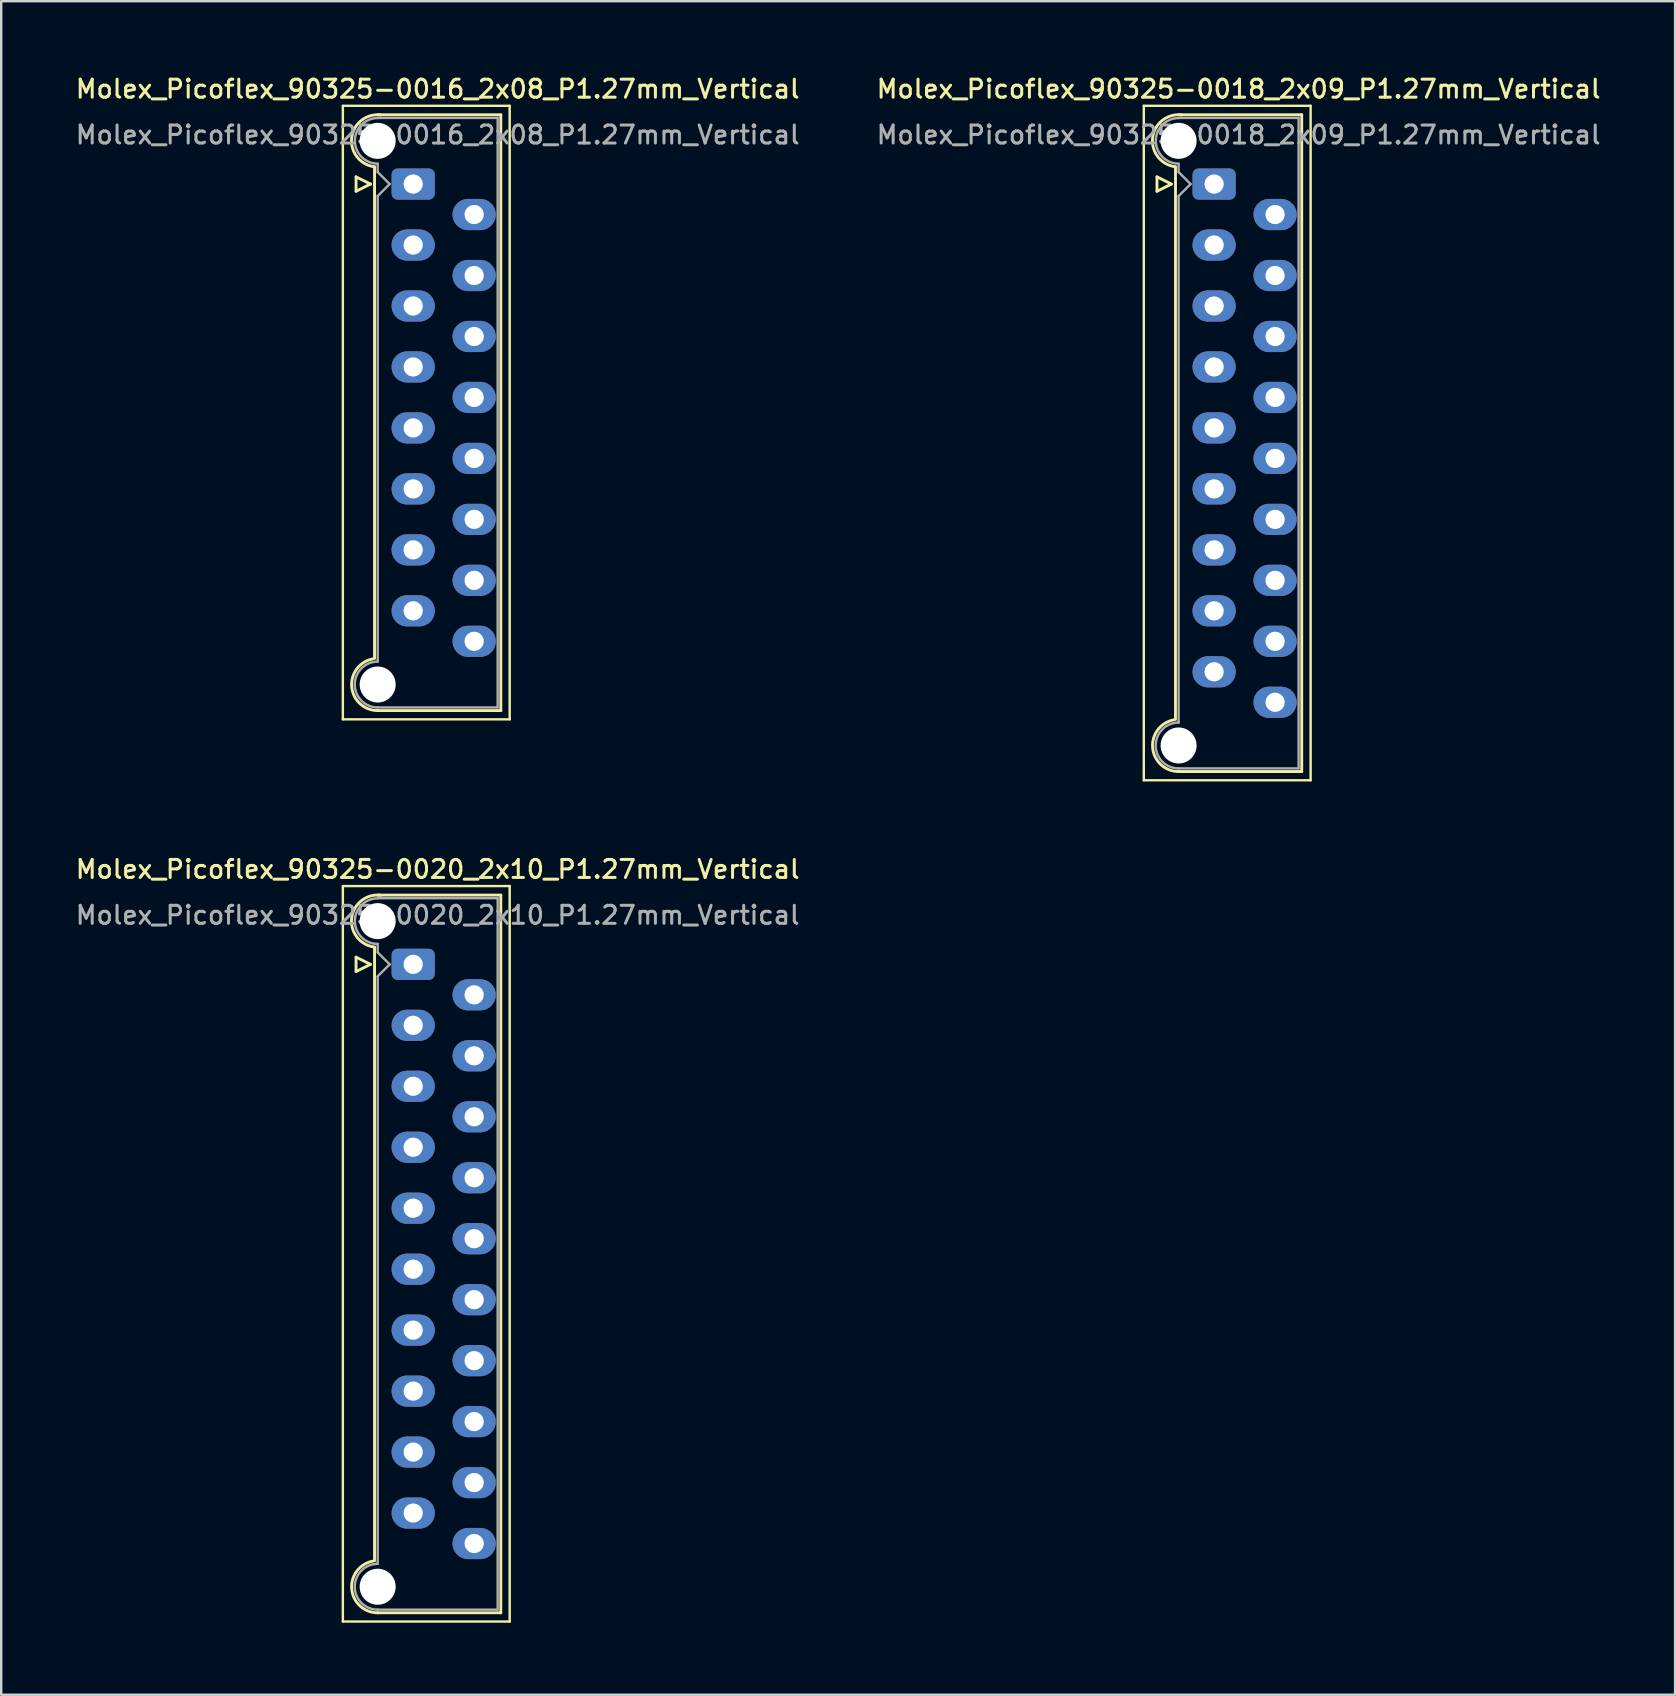
<source format=kicad_pcb>
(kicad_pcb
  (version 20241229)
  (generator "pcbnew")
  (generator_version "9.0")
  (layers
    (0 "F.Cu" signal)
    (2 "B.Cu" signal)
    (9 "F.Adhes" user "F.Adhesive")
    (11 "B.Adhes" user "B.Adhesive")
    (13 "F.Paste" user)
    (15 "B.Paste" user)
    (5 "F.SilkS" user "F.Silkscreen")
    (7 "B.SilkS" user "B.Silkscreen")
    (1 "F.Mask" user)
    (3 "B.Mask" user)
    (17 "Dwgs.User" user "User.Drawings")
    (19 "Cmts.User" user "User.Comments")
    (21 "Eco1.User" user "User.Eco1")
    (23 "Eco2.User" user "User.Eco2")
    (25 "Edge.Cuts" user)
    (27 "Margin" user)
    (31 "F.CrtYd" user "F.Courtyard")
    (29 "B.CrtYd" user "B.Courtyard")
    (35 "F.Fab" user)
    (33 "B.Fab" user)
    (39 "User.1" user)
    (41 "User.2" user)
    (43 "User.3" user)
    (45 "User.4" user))
  (footprint "Molex_Picoflex_90325-0018_2x09_P1.27mm_Vertical"
    (layer "F.Cu")
    (at 47.532 4.618)
    (property "Reference" "Molex_Picoflex_90325-0018_2x09_P1.27mm_Vertical" (at 1.02 -3.96 0) (layer "F.SilkS") (effects (font (size 0.75 0.75) (thickness 0.125))))
    (attr through_hole)
    (fp_line (start -2.93 -3.26) (end -2.93 24.84) (stroke (width 0.1) (type solid)) (layer "F.SilkS"))
    (fp_line (start -2.93 24.84) (end 4.02 24.84) (stroke (width 0.1) (type solid)) (layer "F.SilkS"))
    (fp_line (start -2.38 -0.3) (end -2.38 0.3) (stroke (width 0.12) (type solid)) (layer "F.SilkS"))
    (fp_line (start -2.38 0.3) (end -1.78 0) (stroke (width 0.12) (type solid)) (layer "F.SilkS"))
    (fp_line (start -1.78 0) (end -2.38 -0.3) (stroke (width 0.12) (type solid)) (layer "F.SilkS"))
    (fp_line (start -1.61 -0.715) (end -1.61 22.305) (stroke (width 0.12) (type solid)) (layer "F.SilkS"))
    (fp_line (start -1.48 -2.885) (end 3.65 -2.885) (stroke (width 0.12) (type solid)) (layer "F.SilkS"))
    (fp_line (start 3.65 -2.885) (end 3.65 24.475) (stroke (width 0.12) (type solid)) (layer "F.SilkS"))
    (fp_line (start 3.65 24.475) (end -1.48 24.475) (stroke (width 0.12) (type solid)) (layer "F.SilkS"))
    (fp_line (start 4.02 -3.26) (end -2.93 -3.26) (stroke (width 0.1) (type solid)) (layer "F.SilkS"))
    (fp_line (start 4.02 24.84) (end 4.02 -3.26) (stroke (width 0.1) (type solid)) (layer "F.SilkS"))
    (fp_arc (start -1.61 -0.72) (mid -2.56 -1.93) (end -1.35 -2.88) (stroke (width 0.12) (type solid)) (layer "F.SilkS"))
    (fp_arc (start -1.47 24.475) (mid -2.56 23.494526) (end -1.678256 22.32322) (stroke (width 0.12) (type solid)) (layer "F.SilkS"))
    (fp_line (start -1.48 -2.755) (end 3.52 -2.755) (stroke (width 0.1) (type solid)) (layer "F.Fab"))
    (fp_line (start -1.48 -0.845) (end -1.48 -0.5) (stroke (width 0.1) (type solid)) (layer "F.Fab"))
    (fp_line (start -1.48 -0.5) (end -0.98 0) (stroke (width 0.1) (type solid)) (layer "F.Fab"))
    (fp_line (start -1.48 0.5) (end -1.48 22.435) (stroke (width 0.1) (type solid)) (layer "F.Fab"))
    (fp_line (start -0.98 0) (end -1.48 0.5) (stroke (width 0.1) (type solid)) (layer "F.Fab"))
    (fp_line (start 3.52 -2.755) (end 3.52 24.345) (stroke (width 0.1) (type solid)) (layer "F.Fab"))
    (fp_line (start 3.52 24.345) (end -1.48 24.345) (stroke (width 0.1) (type solid)) (layer "F.Fab"))
    (fp_arc (start -1.48 -0.85) (mid -2.43 -1.8) (end -1.48 -2.75) (stroke (width 0.1) (type solid)) (layer "F.Fab"))
    (fp_arc (start -1.48 24.345) (mid -2.435 23.39) (end -1.48 22.435) (stroke (width 0.1) (type solid)) (layer "F.Fab"))
    (fp_text user "${REFERENCE}" (at 1.02 -2.05 0) (layer "F.Fab") (effects (font (size 0.75 0.75) (thickness 0.125))))
    (pad "" np_thru_hole circle (at -1.48 -1.8) (size 1.5 1.5) (drill 1.5) (layers "*.Cu" "*.Mask"))
    (pad "" np_thru_hole circle (at -1.48 23.39) (size 1.5 1.5) (drill 1.5) (layers "*.Cu" "*.Mask"))
    (pad "1" thru_hole roundrect (at 0 0) (size 1.8 1.3) (drill 0.8) (layers "*.Cu" "*.Mask") (roundrect_rratio 0.192))
    (pad "2" thru_hole oval (at 2.54 1.27) (size 1.8 1.3) (drill 0.8) (layers "*.Cu" "*.Mask"))
    (pad "3" thru_hole oval (at 0 2.54) (size 1.8 1.3) (drill 0.8) (layers "*.Cu" "*.Mask"))
    (pad "4" thru_hole oval (at 2.54 3.81) (size 1.8 1.3) (drill 0.8) (layers "*.Cu" "*.Mask"))
    (pad "5" thru_hole oval (at 0 5.08) (size 1.8 1.3) (drill 0.8) (layers "*.Cu" "*.Mask"))
    (pad "6" thru_hole oval (at 2.54 6.35) (size 1.8 1.3) (drill 0.8) (layers "*.Cu" "*.Mask"))
    (pad "7" thru_hole oval (at 0 7.62) (size 1.8 1.3) (drill 0.8) (layers "*.Cu" "*.Mask"))
    (pad "8" thru_hole oval (at 2.54 8.89) (size 1.8 1.3) (drill 0.8) (layers "*.Cu" "*.Mask"))
    (pad "9" thru_hole oval (at 0 10.16) (size 1.8 1.3) (drill 0.8) (layers "*.Cu" "*.Mask"))
    (pad "10" thru_hole oval (at 2.54 11.43) (size 1.8 1.3) (drill 0.8) (layers "*.Cu" "*.Mask"))
    (pad "11" thru_hole oval (at 0 12.7) (size 1.8 1.3) (drill 0.8) (layers "*.Cu" "*.Mask"))
    (pad "12" thru_hole oval (at 2.54 13.97) (size 1.8 1.3) (drill 0.8) (layers "*.Cu" "*.Mask"))
    (pad "13" thru_hole oval (at 0 15.24) (size 1.8 1.3) (drill 0.8) (layers "*.Cu" "*.Mask"))
    (pad "14" thru_hole oval (at 2.54 16.51) (size 1.8 1.3) (drill 0.8) (layers "*.Cu" "*.Mask"))
    (pad "15" thru_hole oval (at 0 17.78) (size 1.8 1.3) (drill 0.8) (layers "*.Cu" "*.Mask"))
    (pad "16" thru_hole oval (at 2.54 19.05) (size 1.8 1.3) (drill 0.8) (layers "*.Cu" "*.Mask"))
    (pad "17" thru_hole oval (at 0 20.32) (size 1.8 1.3) (drill 0.8) (layers "*.Cu" "*.Mask"))
    (pad "18" thru_hole oval (at 2.54 21.59) (size 1.8 1.3) (drill 0.8) (layers "*.Cu" "*.Mask")))
  (footprint "Molex_Picoflex_90325-0016_2x08_P1.27mm_Vertical"
    (layer "F.Cu")
    (at 14.164 4.618)
    (property "Reference" "Molex_Picoflex_90325-0016_2x08_P1.27mm_Vertical" (at 1.02 -3.96 0) (layer "F.SilkS") (effects (font (size 0.75 0.75) (thickness 0.125))))
    (attr through_hole)
    (fp_line (start -2.93 -3.26) (end -2.93 22.3) (stroke (width 0.1) (type solid)) (layer "F.SilkS"))
    (fp_line (start -2.93 22.3) (end 4.02 22.3) (stroke (width 0.1) (type solid)) (layer "F.SilkS"))
    (fp_line (start -2.38 -0.3) (end -2.38 0.3) (stroke (width 0.12) (type solid)) (layer "F.SilkS"))
    (fp_line (start -2.38 0.3) (end -1.78 0) (stroke (width 0.12) (type solid)) (layer "F.SilkS"))
    (fp_line (start -1.78 0) (end -2.38 -0.3) (stroke (width 0.12) (type solid)) (layer "F.SilkS"))
    (fp_line (start -1.61 -0.715) (end -1.61 19.765) (stroke (width 0.12) (type solid)) (layer "F.SilkS"))
    (fp_line (start -1.48 -2.885) (end 3.65 -2.885) (stroke (width 0.12) (type solid)) (layer "F.SilkS"))
    (fp_line (start 3.65 -2.885) (end 3.65 21.935) (stroke (width 0.12) (type solid)) (layer "F.SilkS"))
    (fp_line (start 3.65 21.935) (end -1.48 21.935) (stroke (width 0.12) (type solid)) (layer "F.SilkS"))
    (fp_line (start 4.02 -3.26) (end -2.93 -3.26) (stroke (width 0.1) (type solid)) (layer "F.SilkS"))
    (fp_line (start 4.02 22.3) (end 4.02 -3.26) (stroke (width 0.1) (type solid)) (layer "F.SilkS"))
    (fp_arc (start -1.61 -0.72) (mid -2.56 -1.93) (end -1.35 -2.88) (stroke (width 0.12) (type solid)) (layer "F.SilkS"))
    (fp_arc (start -1.47 21.935) (mid -2.56 20.954526) (end -1.678256 19.78322) (stroke (width 0.12) (type solid)) (layer "F.SilkS"))
    (fp_line (start -1.48 -2.755) (end 3.52 -2.755) (stroke (width 0.1) (type solid)) (layer "F.Fab"))
    (fp_line (start -1.48 -0.845) (end -1.48 -0.5) (stroke (width 0.1) (type solid)) (layer "F.Fab"))
    (fp_line (start -1.48 -0.5) (end -0.98 0) (stroke (width 0.1) (type solid)) (layer "F.Fab"))
    (fp_line (start -1.48 0.5) (end -1.48 19.895) (stroke (width 0.1) (type solid)) (layer "F.Fab"))
    (fp_line (start -0.98 0) (end -1.48 0.5) (stroke (width 0.1) (type solid)) (layer "F.Fab"))
    (fp_line (start 3.52 -2.755) (end 3.52 21.805) (stroke (width 0.1) (type solid)) (layer "F.Fab"))
    (fp_line (start 3.52 21.805) (end -1.48 21.805) (stroke (width 0.1) (type solid)) (layer "F.Fab"))
    (fp_arc (start -1.48 -0.85) (mid -2.43 -1.8) (end -1.48 -2.75) (stroke (width 0.1) (type solid)) (layer "F.Fab"))
    (fp_arc (start -1.48 21.805) (mid -2.435 20.85) (end -1.48 19.895) (stroke (width 0.1) (type solid)) (layer "F.Fab"))
    (fp_text user "${REFERENCE}" (at 1.02 -2.05 0) (layer "F.Fab") (effects (font (size 0.75 0.75) (thickness 0.125))))
    (pad "" np_thru_hole circle (at -1.48 -1.8) (size 1.5 1.5) (drill 1.5) (layers "*.Cu" "*.Mask"))
    (pad "" np_thru_hole circle (at -1.48 20.85) (size 1.5 1.5) (drill 1.5) (layers "*.Cu" "*.Mask"))
    (pad "1" thru_hole roundrect (at 0 0) (size 1.8 1.3) (drill 0.8) (layers "*.Cu" "*.Mask") (roundrect_rratio 0.192))
    (pad "2" thru_hole oval (at 2.54 1.27) (size 1.8 1.3) (drill 0.8) (layers "*.Cu" "*.Mask"))
    (pad "3" thru_hole oval (at 0 2.54) (size 1.8 1.3) (drill 0.8) (layers "*.Cu" "*.Mask"))
    (pad "4" thru_hole oval (at 2.54 3.81) (size 1.8 1.3) (drill 0.8) (layers "*.Cu" "*.Mask"))
    (pad "5" thru_hole oval (at 0 5.08) (size 1.8 1.3) (drill 0.8) (layers "*.Cu" "*.Mask"))
    (pad "6" thru_hole oval (at 2.54 6.35) (size 1.8 1.3) (drill 0.8) (layers "*.Cu" "*.Mask"))
    (pad "7" thru_hole oval (at 0 7.62) (size 1.8 1.3) (drill 0.8) (layers "*.Cu" "*.Mask"))
    (pad "8" thru_hole oval (at 2.54 8.89) (size 1.8 1.3) (drill 0.8) (layers "*.Cu" "*.Mask"))
    (pad "9" thru_hole oval (at 0 10.16) (size 1.8 1.3) (drill 0.8) (layers "*.Cu" "*.Mask"))
    (pad "10" thru_hole oval (at 2.54 11.43) (size 1.8 1.3) (drill 0.8) (layers "*.Cu" "*.Mask"))
    (pad "11" thru_hole oval (at 0 12.7) (size 1.8 1.3) (drill 0.8) (layers "*.Cu" "*.Mask"))
    (pad "12" thru_hole oval (at 2.54 13.97) (size 1.8 1.3) (drill 0.8) (layers "*.Cu" "*.Mask"))
    (pad "13" thru_hole oval (at 0 15.24) (size 1.8 1.3) (drill 0.8) (layers "*.Cu" "*.Mask"))
    (pad "14" thru_hole oval (at 2.54 16.51) (size 1.8 1.3) (drill 0.8) (layers "*.Cu" "*.Mask"))
    (pad "15" thru_hole oval (at 0 17.78) (size 1.8 1.3) (drill 0.8) (layers "*.Cu" "*.Mask"))
    (pad "16" thru_hole oval (at 2.54 19.05) (size 1.8 1.3) (drill 0.8) (layers "*.Cu" "*.Mask")))
  (footprint "Molex_Picoflex_90325-0020_2x10_P1.27mm_Vertical"
    (layer "F.Cu")
    (at 14.164 37.126)
    (property "Reference" "Molex_Picoflex_90325-0020_2x10_P1.27mm_Vertical" (at 1.02 -3.96 0) (layer "F.SilkS") (effects (font (size 0.75 0.75) (thickness 0.125))))
    (attr through_hole)
    (fp_line (start -2.93 -3.26) (end -2.93 27.38) (stroke (width 0.1) (type solid)) (layer "F.SilkS"))
    (fp_line (start -2.93 27.38) (end 4.02 27.38) (stroke (width 0.1) (type solid)) (layer "F.SilkS"))
    (fp_line (start -2.38 -0.3) (end -2.38 0.3) (stroke (width 0.12) (type solid)) (layer "F.SilkS"))
    (fp_line (start -2.38 0.3) (end -1.78 0) (stroke (width 0.12) (type solid)) (layer "F.SilkS"))
    (fp_line (start -1.78 0) (end -2.38 -0.3) (stroke (width 0.12) (type solid)) (layer "F.SilkS"))
    (fp_line (start -1.61 -0.715) (end -1.61 24.845) (stroke (width 0.12) (type solid)) (layer "F.SilkS"))
    (fp_line (start -1.48 -2.885) (end 3.65 -2.885) (stroke (width 0.12) (type solid)) (layer "F.SilkS"))
    (fp_line (start 3.65 -2.885) (end 3.65 27.015) (stroke (width 0.12) (type solid)) (layer "F.SilkS"))
    (fp_line (start 3.65 27.015) (end -1.48 27.015) (stroke (width 0.12) (type solid)) (layer "F.SilkS"))
    (fp_line (start 4.02 -3.26) (end -2.93 -3.26) (stroke (width 0.1) (type solid)) (layer "F.SilkS"))
    (fp_line (start 4.02 27.38) (end 4.02 -3.26) (stroke (width 0.1) (type solid)) (layer "F.SilkS"))
    (fp_arc (start -1.61 -0.72) (mid -2.56 -1.93) (end -1.35 -2.88) (stroke (width 0.12) (type solid)) (layer "F.SilkS"))
    (fp_arc (start -1.47 27.015) (mid -2.56 26.034526) (end -1.678256 24.86322) (stroke (width 0.12) (type solid)) (layer "F.SilkS"))
    (fp_line (start -1.48 -2.755) (end 3.52 -2.755) (stroke (width 0.1) (type solid)) (layer "F.Fab"))
    (fp_line (start -1.48 -0.845) (end -1.48 -0.5) (stroke (width 0.1) (type solid)) (layer "F.Fab"))
    (fp_line (start -1.48 -0.5) (end -0.98 0) (stroke (width 0.1) (type solid)) (layer "F.Fab"))
    (fp_line (start -1.48 0.5) (end -1.48 24.975) (stroke (width 0.1) (type solid)) (layer "F.Fab"))
    (fp_line (start -0.98 0) (end -1.48 0.5) (stroke (width 0.1) (type solid)) (layer "F.Fab"))
    (fp_line (start 3.52 -2.755) (end 3.52 26.885) (stroke (width 0.1) (type solid)) (layer "F.Fab"))
    (fp_line (start 3.52 26.885) (end -1.48 26.885) (stroke (width 0.1) (type solid)) (layer "F.Fab"))
    (fp_arc (start -1.48 -0.85) (mid -2.43 -1.8) (end -1.48 -2.75) (stroke (width 0.1) (type solid)) (layer "F.Fab"))
    (fp_arc (start -1.48 26.885) (mid -2.435 25.93) (end -1.48 24.975) (stroke (width 0.1) (type solid)) (layer "F.Fab"))
    (fp_text user "${REFERENCE}" (at 1.02 -2.05 0) (layer "F.Fab") (effects (font (size 0.75 0.75) (thickness 0.125))))
    (pad "" np_thru_hole circle (at -1.48 -1.8) (size 1.5 1.5) (drill 1.5) (layers "*.Cu" "*.Mask"))
    (pad "" np_thru_hole circle (at -1.48 25.93) (size 1.5 1.5) (drill 1.5) (layers "*.Cu" "*.Mask"))
    (pad "1" thru_hole roundrect (at 0 0) (size 1.8 1.3) (drill 0.8) (layers "*.Cu" "*.Mask") (roundrect_rratio 0.192))
    (pad "2" thru_hole oval (at 2.54 1.27) (size 1.8 1.3) (drill 0.8) (layers "*.Cu" "*.Mask"))
    (pad "3" thru_hole oval (at 0 2.54) (size 1.8 1.3) (drill 0.8) (layers "*.Cu" "*.Mask"))
    (pad "4" thru_hole oval (at 2.54 3.81) (size 1.8 1.3) (drill 0.8) (layers "*.Cu" "*.Mask"))
    (pad "5" thru_hole oval (at 0 5.08) (size 1.8 1.3) (drill 0.8) (layers "*.Cu" "*.Mask"))
    (pad "6" thru_hole oval (at 2.54 6.35) (size 1.8 1.3) (drill 0.8) (layers "*.Cu" "*.Mask"))
    (pad "7" thru_hole oval (at 0 7.62) (size 1.8 1.3) (drill 0.8) (layers "*.Cu" "*.Mask"))
    (pad "8" thru_hole oval (at 2.54 8.89) (size 1.8 1.3) (drill 0.8) (layers "*.Cu" "*.Mask"))
    (pad "9" thru_hole oval (at 0 10.16) (size 1.8 1.3) (drill 0.8) (layers "*.Cu" "*.Mask"))
    (pad "10" thru_hole oval (at 2.54 11.43) (size 1.8 1.3) (drill 0.8) (layers "*.Cu" "*.Mask"))
    (pad "11" thru_hole oval (at 0 12.7) (size 1.8 1.3) (drill 0.8) (layers "*.Cu" "*.Mask"))
    (pad "12" thru_hole oval (at 2.54 13.97) (size 1.8 1.3) (drill 0.8) (layers "*.Cu" "*.Mask"))
    (pad "13" thru_hole oval (at 0 15.24) (size 1.8 1.3) (drill 0.8) (layers "*.Cu" "*.Mask"))
    (pad "14" thru_hole oval (at 2.54 16.51) (size 1.8 1.3) (drill 0.8) (layers "*.Cu" "*.Mask"))
    (pad "15" thru_hole oval (at 0 17.78) (size 1.8 1.3) (drill 0.8) (layers "*.Cu" "*.Mask"))
    (pad "16" thru_hole oval (at 2.54 19.05) (size 1.8 1.3) (drill 0.8) (layers "*.Cu" "*.Mask"))
    (pad "17" thru_hole oval (at 0 20.32) (size 1.8 1.3) (drill 0.8) (layers "*.Cu" "*.Mask"))
    (pad "18" thru_hole oval (at 2.54 21.59) (size 1.8 1.3) (drill 0.8) (layers "*.Cu" "*.Mask"))
    (pad "19" thru_hole oval (at 0 22.86) (size 1.8 1.3) (drill 0.8) (layers "*.Cu" "*.Mask"))
    (pad "20" thru_hole oval (at 2.54 24.13) (size 1.8 1.3) (drill 0.8) (layers "*.Cu" "*.Mask")))
  (gr_rect
    (start -3 -3)
    (end 66.736 67.556)
    (stroke (width 0.1) (type default))
    (fill no)
    (layer "Edge.Cuts")))
</source>
